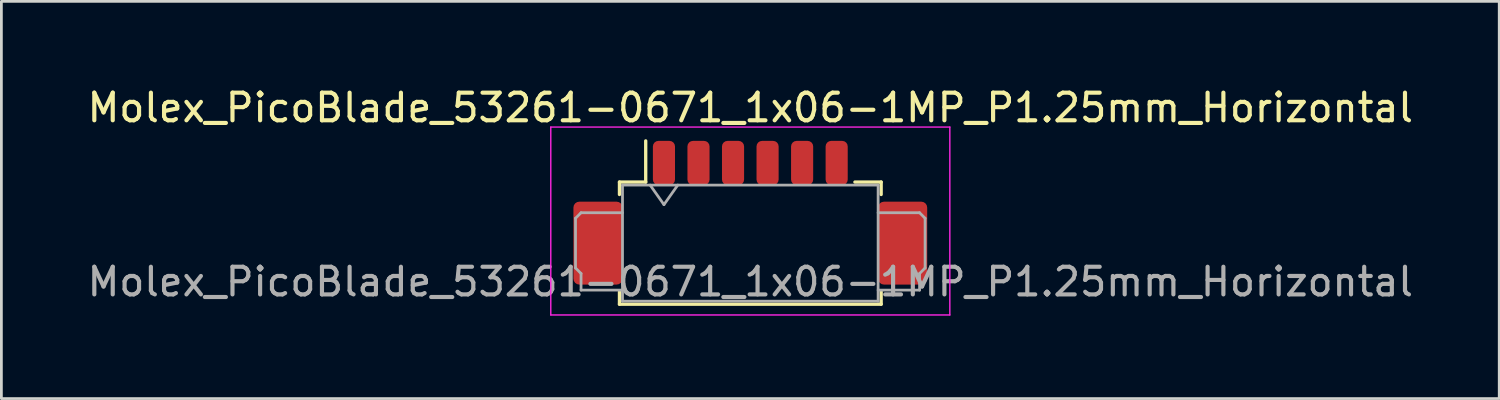
<source format=kicad_pcb>
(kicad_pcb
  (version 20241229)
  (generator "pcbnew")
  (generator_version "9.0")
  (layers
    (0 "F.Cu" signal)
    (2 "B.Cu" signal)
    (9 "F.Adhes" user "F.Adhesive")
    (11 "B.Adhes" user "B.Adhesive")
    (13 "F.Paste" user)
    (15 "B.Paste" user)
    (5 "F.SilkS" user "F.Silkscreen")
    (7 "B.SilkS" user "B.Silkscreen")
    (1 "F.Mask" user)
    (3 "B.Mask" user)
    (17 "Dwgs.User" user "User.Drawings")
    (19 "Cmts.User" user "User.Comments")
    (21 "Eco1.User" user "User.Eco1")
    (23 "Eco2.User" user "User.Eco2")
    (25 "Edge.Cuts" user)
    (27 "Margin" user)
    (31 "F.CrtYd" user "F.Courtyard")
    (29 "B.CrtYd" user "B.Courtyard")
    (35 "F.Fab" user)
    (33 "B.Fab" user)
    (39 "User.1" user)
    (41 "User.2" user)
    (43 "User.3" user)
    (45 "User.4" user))
  (footprint "Molex_PicoBlade_53261-0671_1x06-1MP_P1.25mm_Horizontal"
    (layer "F.Cu")
    (at 24.101 5.248)
    (property "Reference" "Molex_PicoBlade_53261-0671_1x06-1MP_P1.25mm_Horizontal" (at 0 -4.4 0) (layer "F.SilkS") (effects (font (size 1 1) (thickness 0.15))))
    (attr smd)
    (fp_line (start -4.735 -1.71) (end -3.785 -1.71) (stroke (width 0.12) (type solid)) (layer "F.SilkS"))
    (fp_line (start -4.735 -1.26) (end -4.735 -1.71) (stroke (width 0.12) (type solid)) (layer "F.SilkS"))
    (fp_line (start -4.735 2.26) (end -4.735 2.71) (stroke (width 0.12) (type solid)) (layer "F.SilkS"))
    (fp_line (start -4.735 2.71) (end 4.735 2.71) (stroke (width 0.12) (type solid)) (layer "F.SilkS"))
    (fp_line (start -3.785 -1.71) (end -3.785 -3.2) (stroke (width 0.12) (type solid)) (layer "F.SilkS"))
    (fp_line (start 4.735 -1.71) (end 3.785 -1.71) (stroke (width 0.12) (type solid)) (layer "F.SilkS"))
    (fp_line (start 4.735 -1.26) (end 4.735 -1.71) (stroke (width 0.12) (type solid)) (layer "F.SilkS"))
    (fp_line (start 4.735 2.71) (end 4.735 2.26) (stroke (width 0.12) (type solid)) (layer "F.SilkS"))
    (fp_line (start -7.22 -3.7) (end -7.22 3.1) (stroke (width 0.05) (type solid)) (layer "F.CrtYd"))
    (fp_line (start -7.22 3.1) (end 7.22 3.1) (stroke (width 0.05) (type solid)) (layer "F.CrtYd"))
    (fp_line (start 7.22 -3.7) (end -7.22 -3.7) (stroke (width 0.05) (type solid)) (layer "F.CrtYd"))
    (fp_line (start 7.22 3.1) (end 7.22 -3.7) (stroke (width 0.05) (type solid)) (layer "F.CrtYd"))
    (fp_line (start -6.325 -0.4) (end -6.325 1.4) (stroke (width 0.1) (type solid)) (layer "F.Fab"))
    (fp_line (start -6.325 1.4) (end -6.125 1.6) (stroke (width 0.1) (type solid)) (layer "F.Fab"))
    (fp_line (start -6.125 -0.6) (end -6.325 -0.4) (stroke (width 0.1) (type solid)) (layer "F.Fab"))
    (fp_line (start -6.125 1.6) (end -6.125 2.2) (stroke (width 0.1) (type solid)) (layer "F.Fab"))
    (fp_line (start -6.125 2.2) (end -4.625 2.2) (stroke (width 0.1) (type solid)) (layer "F.Fab"))
    (fp_line (start -4.625 -1.6) (end -4.625 2.6) (stroke (width 0.1) (type solid)) (layer "F.Fab"))
    (fp_line (start -4.625 -1.6) (end 4.625 -1.6) (stroke (width 0.1) (type solid)) (layer "F.Fab"))
    (fp_line (start -4.625 -0.6) (end -6.125 -0.6) (stroke (width 0.1) (type solid)) (layer "F.Fab"))
    (fp_line (start -4.625 2.6) (end 4.625 2.6) (stroke (width 0.1) (type solid)) (layer "F.Fab"))
    (fp_line (start -3.625 -1.6) (end -3.125 -0.893) (stroke (width 0.1) (type solid)) (layer "F.Fab"))
    (fp_line (start -3.125 -0.893) (end -2.625 -1.6) (stroke (width 0.1) (type solid)) (layer "F.Fab"))
    (fp_line (start 4.625 -1.6) (end 4.625 2.6) (stroke (width 0.1) (type solid)) (layer "F.Fab"))
    (fp_line (start 4.625 -0.6) (end 6.125 -0.6) (stroke (width 0.1) (type solid)) (layer "F.Fab"))
    (fp_line (start 6.125 -0.6) (end 6.325 -0.4) (stroke (width 0.1) (type solid)) (layer "F.Fab"))
    (fp_line (start 6.125 1.6) (end 6.125 2.2) (stroke (width 0.1) (type solid)) (layer "F.Fab"))
    (fp_line (start 6.125 2.2) (end 4.625 2.2) (stroke (width 0.1) (type solid)) (layer "F.Fab"))
    (fp_line (start 6.325 -0.4) (end 6.325 1.4) (stroke (width 0.1) (type solid)) (layer "F.Fab"))
    (fp_line (start 6.325 1.4) (end 6.125 1.6) (stroke (width 0.1) (type solid)) (layer "F.Fab"))
    (fp_text user "${REFERENCE}" (at 0 1.9 0) (layer "F.Fab") (effects (font (size 1 1) (thickness 0.15))))
    (pad "1" smd roundrect (at -3.125 -2.4) (size 0.8 1.6) (layers "F.Cu" "F.Mask" "F.Paste") (roundrect_rratio 0.25))
    (pad "2" smd roundrect (at -1.875 -2.4) (size 0.8 1.6) (layers "F.Cu" "F.Mask" "F.Paste") (roundrect_rratio 0.25))
    (pad "3" smd roundrect (at -0.625 -2.4) (size 0.8 1.6) (layers "F.Cu" "F.Mask" "F.Paste") (roundrect_rratio 0.25))
    (pad "4" smd roundrect (at 0.625 -2.4) (size 0.8 1.6) (layers "F.Cu" "F.Mask" "F.Paste") (roundrect_rratio 0.25))
    (pad "5" smd roundrect (at 1.875 -2.4) (size 0.8 1.6) (layers "F.Cu" "F.Mask" "F.Paste") (roundrect_rratio 0.25))
    (pad "6" smd roundrect (at 3.125 -2.4) (size 0.8 1.6) (layers "F.Cu" "F.Mask" "F.Paste") (roundrect_rratio 0.25))
    (pad "MP" smd roundrect (at -5.513 0.5) (size 1.775 3) (layers "F.Cu" "F.Mask" "F.Paste") (roundrect_rratio 0.119))
    (pad "MP" smd roundrect (at 5.513 0.5) (size 1.775 3) (layers "F.Cu" "F.Mask" "F.Paste") (roundrect_rratio 0.119)))
  (gr_rect
    (start -3 -3)
    (end 51.202 11.373)
    (stroke (width 0.1) (type default))
    (fill no)
    (layer "Edge.Cuts")))
</source>
